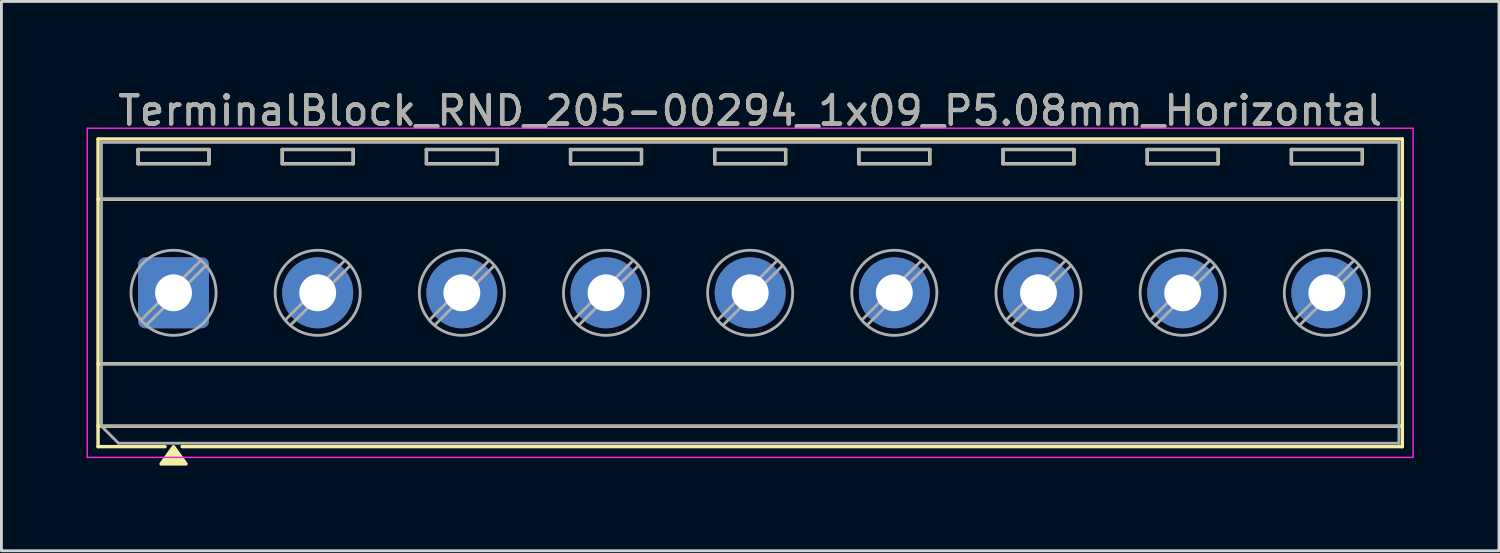
<source format=kicad_pcb>
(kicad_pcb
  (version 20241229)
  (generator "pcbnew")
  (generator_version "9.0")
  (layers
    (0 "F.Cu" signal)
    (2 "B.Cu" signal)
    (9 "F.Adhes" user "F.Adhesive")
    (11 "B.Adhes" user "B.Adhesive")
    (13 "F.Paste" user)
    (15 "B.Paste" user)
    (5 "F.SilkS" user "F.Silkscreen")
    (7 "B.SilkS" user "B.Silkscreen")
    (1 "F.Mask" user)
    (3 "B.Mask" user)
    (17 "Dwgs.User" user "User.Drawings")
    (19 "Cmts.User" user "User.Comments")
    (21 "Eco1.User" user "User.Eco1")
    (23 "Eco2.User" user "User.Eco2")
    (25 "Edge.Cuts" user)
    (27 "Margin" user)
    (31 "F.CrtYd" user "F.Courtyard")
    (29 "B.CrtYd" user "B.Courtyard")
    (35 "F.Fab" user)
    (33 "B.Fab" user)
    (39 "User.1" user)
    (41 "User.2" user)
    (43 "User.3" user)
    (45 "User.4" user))
  (footprint "TerminalBlock_RND_205-00294_1x09_P5.08mm_Horizontal"
    (layer "F.Cu")
    (at 3.065 7.268)
    (property "Reference" "TerminalBlock_RND_205-00294_1x09_P5.08mm_Horizontal" (at 20.32 -6.42 0) (layer "F.SilkS") (effects (font (size 1 1) (thickness 0.15))))
    (attr through_hole)
    (fp_line (start -2.66 -5.42) (end -2.66 5.42) (stroke (width 0.12) (type solid)) (layer "F.SilkS"))
    (fp_line (start -2.66 -5.42) (end 43.3 -5.42) (stroke (width 0.12) (type solid)) (layer "F.SilkS"))
    (fp_line (start -2.66 -3.3) (end 43.3 -3.3) (stroke (width 0.12) (type solid)) (layer "F.SilkS"))
    (fp_line (start -2.66 2.5) (end 43.3 2.5) (stroke (width 0.12) (type solid)) (layer "F.SilkS"))
    (fp_line (start -2.66 4.7) (end 43.3 4.7) (stroke (width 0.12) (type solid)) (layer "F.SilkS"))
    (fp_line (start -2.66 5.42) (end -0.3 5.42) (stroke (width 0.12) (type solid)) (layer "F.SilkS"))
    (fp_line (start -1.25 -5.05) (end -1.25 -4.55) (stroke (width 0.12) (type solid)) (layer "F.SilkS"))
    (fp_line (start -1.25 -5.05) (end 1.25 -5.05) (stroke (width 0.12) (type solid)) (layer "F.SilkS"))
    (fp_line (start -1.25 -4.55) (end 1.25 -4.55) (stroke (width 0.12) (type solid)) (layer "F.SilkS"))
    (fp_line (start 0.3 5.42) (end 43.3 5.42) (stroke (width 0.12) (type solid)) (layer "F.SilkS"))
    (fp_line (start 1.25 -5.05) (end 1.25 -4.55) (stroke (width 0.12) (type solid)) (layer "F.SilkS"))
    (fp_line (start 3.83 -5.05) (end 3.83 -4.55) (stroke (width 0.12) (type solid)) (layer "F.SilkS"))
    (fp_line (start 3.83 -5.05) (end 6.33 -5.05) (stroke (width 0.12) (type solid)) (layer "F.SilkS"))
    (fp_line (start 3.83 -4.55) (end 6.33 -4.55) (stroke (width 0.12) (type solid)) (layer "F.SilkS"))
    (fp_line (start 6.33 -5.05) (end 6.33 -4.55) (stroke (width 0.12) (type solid)) (layer "F.SilkS"))
    (fp_line (start 8.91 -5.05) (end 8.91 -4.55) (stroke (width 0.12) (type solid)) (layer "F.SilkS"))
    (fp_line (start 8.91 -5.05) (end 11.41 -5.05) (stroke (width 0.12) (type solid)) (layer "F.SilkS"))
    (fp_line (start 8.91 -4.55) (end 11.41 -4.55) (stroke (width 0.12) (type solid)) (layer "F.SilkS"))
    (fp_line (start 11.41 -5.05) (end 11.41 -4.55) (stroke (width 0.12) (type solid)) (layer "F.SilkS"))
    (fp_line (start 13.99 -5.05) (end 13.99 -4.55) (stroke (width 0.12) (type solid)) (layer "F.SilkS"))
    (fp_line (start 13.99 -5.05) (end 16.49 -5.05) (stroke (width 0.12) (type solid)) (layer "F.SilkS"))
    (fp_line (start 13.99 -4.55) (end 16.49 -4.55) (stroke (width 0.12) (type solid)) (layer "F.SilkS"))
    (fp_line (start 16.49 -5.05) (end 16.49 -4.55) (stroke (width 0.12) (type solid)) (layer "F.SilkS"))
    (fp_line (start 19.07 -5.05) (end 19.07 -4.55) (stroke (width 0.12) (type solid)) (layer "F.SilkS"))
    (fp_line (start 19.07 -5.05) (end 21.57 -5.05) (stroke (width 0.12) (type solid)) (layer "F.SilkS"))
    (fp_line (start 19.07 -4.55) (end 21.57 -4.55) (stroke (width 0.12) (type solid)) (layer "F.SilkS"))
    (fp_line (start 21.57 -5.05) (end 21.57 -4.55) (stroke (width 0.12) (type solid)) (layer "F.SilkS"))
    (fp_line (start 24.15 -5.05) (end 24.15 -4.55) (stroke (width 0.12) (type solid)) (layer "F.SilkS"))
    (fp_line (start 24.15 -5.05) (end 26.65 -5.05) (stroke (width 0.12) (type solid)) (layer "F.SilkS"))
    (fp_line (start 24.15 -4.55) (end 26.65 -4.55) (stroke (width 0.12) (type solid)) (layer "F.SilkS"))
    (fp_line (start 26.65 -5.05) (end 26.65 -4.55) (stroke (width 0.12) (type solid)) (layer "F.SilkS"))
    (fp_line (start 29.23 -5.05) (end 29.23 -4.55) (stroke (width 0.12) (type solid)) (layer "F.SilkS"))
    (fp_line (start 29.23 -5.05) (end 31.73 -5.05) (stroke (width 0.12) (type solid)) (layer "F.SilkS"))
    (fp_line (start 29.23 -4.55) (end 31.73 -4.55) (stroke (width 0.12) (type solid)) (layer "F.SilkS"))
    (fp_line (start 31.73 -5.05) (end 31.73 -4.55) (stroke (width 0.12) (type solid)) (layer "F.SilkS"))
    (fp_line (start 34.31 -5.05) (end 34.31 -4.55) (stroke (width 0.12) (type solid)) (layer "F.SilkS"))
    (fp_line (start 34.31 -5.05) (end 36.81 -5.05) (stroke (width 0.12) (type solid)) (layer "F.SilkS"))
    (fp_line (start 34.31 -4.55) (end 36.81 -4.55) (stroke (width 0.12) (type solid)) (layer "F.SilkS"))
    (fp_line (start 36.81 -5.05) (end 36.81 -4.55) (stroke (width 0.12) (type solid)) (layer "F.SilkS"))
    (fp_line (start 39.39 -5.05) (end 39.39 -4.55) (stroke (width 0.12) (type solid)) (layer "F.SilkS"))
    (fp_line (start 39.39 -5.05) (end 41.89 -5.05) (stroke (width 0.12) (type solid)) (layer "F.SilkS"))
    (fp_line (start 39.39 -4.55) (end 41.89 -4.55) (stroke (width 0.12) (type solid)) (layer "F.SilkS"))
    (fp_line (start 41.89 -5.05) (end 41.89 -4.55) (stroke (width 0.12) (type solid)) (layer "F.SilkS"))
    (fp_line (start 43.3 -5.42) (end 43.3 5.42) (stroke (width 0.12) (type solid)) (layer "F.SilkS"))
    (fp_poly (pts (xy 0 5.42) (xy 0.44 6.03) (xy -0.44 6.03)) (stroke (width 0.12) (type solid)) (fill yes) (layer "F.SilkS"))
    (fp_line (start -3.04 -5.8) (end -3.04 5.8) (stroke (width 0.05) (type solid)) (layer "F.CrtYd"))
    (fp_line (start -3.04 5.8) (end 43.68 5.8) (stroke (width 0.05) (type solid)) (layer "F.CrtYd"))
    (fp_line (start 43.68 -5.8) (end -3.04 -5.8) (stroke (width 0.05) (type solid)) (layer "F.CrtYd"))
    (fp_line (start 43.68 5.8) (end 43.68 -5.8) (stroke (width 0.05) (type solid)) (layer "F.CrtYd"))
    (fp_line (start -2.54 -5.3) (end 43.18 -5.3) (stroke (width 0.1) (type solid)) (layer "F.Fab"))
    (fp_line (start -2.54 -3.3) (end 43.18 -3.3) (stroke (width 0.1) (type solid)) (layer "F.Fab"))
    (fp_line (start -2.54 2.5) (end 43.18 2.5) (stroke (width 0.1) (type solid)) (layer "F.Fab"))
    (fp_line (start -2.54 4.7) (end -2.54 -5.3) (stroke (width 0.1) (type solid)) (layer "F.Fab"))
    (fp_line (start -2.54 4.7) (end 43.18 4.7) (stroke (width 0.1) (type solid)) (layer "F.Fab"))
    (fp_line (start -1.94 5.3) (end -2.54 4.7) (stroke (width 0.1) (type solid)) (layer "F.Fab"))
    (fp_line (start -1.25 -5.05) (end -1.25 -4.55) (stroke (width 0.1) (type solid)) (layer "F.Fab"))
    (fp_line (start -1.25 -4.55) (end 1.25 -4.55) (stroke (width 0.1) (type solid)) (layer "F.Fab"))
    (fp_line (start 0.955 -1.138) (end -1.138 0.954) (stroke (width 0.1) (type solid)) (layer "F.Fab"))
    (fp_line (start 1.138 -0.954) (end -0.955 1.137) (stroke (width 0.1) (type solid)) (layer "F.Fab"))
    (fp_line (start 1.25 -5.05) (end -1.25 -5.05) (stroke (width 0.1) (type solid)) (layer "F.Fab"))
    (fp_line (start 1.25 -4.55) (end 1.25 -5.05) (stroke (width 0.1) (type solid)) (layer "F.Fab"))
    (fp_line (start 3.83 -5.05) (end 3.83 -4.55) (stroke (width 0.1) (type solid)) (layer "F.Fab"))
    (fp_line (start 3.83 -4.55) (end 6.33 -4.55) (stroke (width 0.1) (type solid)) (layer "F.Fab"))
    (fp_line (start 6.035 -1.138) (end 3.942 0.954) (stroke (width 0.1) (type solid)) (layer "F.Fab"))
    (fp_line (start 6.218 -0.954) (end 4.125 1.137) (stroke (width 0.1) (type solid)) (layer "F.Fab"))
    (fp_line (start 6.33 -5.05) (end 3.83 -5.05) (stroke (width 0.1) (type solid)) (layer "F.Fab"))
    (fp_line (start 6.33 -4.55) (end 6.33 -5.05) (stroke (width 0.1) (type solid)) (layer "F.Fab"))
    (fp_line (start 8.91 -5.05) (end 8.91 -4.55) (stroke (width 0.1) (type solid)) (layer "F.Fab"))
    (fp_line (start 8.91 -4.55) (end 11.41 -4.55) (stroke (width 0.1) (type solid)) (layer "F.Fab"))
    (fp_line (start 11.115 -1.138) (end 9.022 0.954) (stroke (width 0.1) (type solid)) (layer "F.Fab"))
    (fp_line (start 11.298 -0.954) (end 9.205 1.137) (stroke (width 0.1) (type solid)) (layer "F.Fab"))
    (fp_line (start 11.41 -5.05) (end 8.91 -5.05) (stroke (width 0.1) (type solid)) (layer "F.Fab"))
    (fp_line (start 11.41 -4.55) (end 11.41 -5.05) (stroke (width 0.1) (type solid)) (layer "F.Fab"))
    (fp_line (start 13.99 -5.05) (end 13.99 -4.55) (stroke (width 0.1) (type solid)) (layer "F.Fab"))
    (fp_line (start 13.99 -4.55) (end 16.49 -4.55) (stroke (width 0.1) (type solid)) (layer "F.Fab"))
    (fp_line (start 16.195 -1.138) (end 14.102 0.954) (stroke (width 0.1) (type solid)) (layer "F.Fab"))
    (fp_line (start 16.378 -0.954) (end 14.285 1.137) (stroke (width 0.1) (type solid)) (layer "F.Fab"))
    (fp_line (start 16.49 -5.05) (end 13.99 -5.05) (stroke (width 0.1) (type solid)) (layer "F.Fab"))
    (fp_line (start 16.49 -4.55) (end 16.49 -5.05) (stroke (width 0.1) (type solid)) (layer "F.Fab"))
    (fp_line (start 19.07 -5.05) (end 19.07 -4.55) (stroke (width 0.1) (type solid)) (layer "F.Fab"))
    (fp_line (start 19.07 -4.55) (end 21.57 -4.55) (stroke (width 0.1) (type solid)) (layer "F.Fab"))
    (fp_line (start 21.275 -1.138) (end 19.182 0.954) (stroke (width 0.1) (type solid)) (layer "F.Fab"))
    (fp_line (start 21.458 -0.954) (end 19.365 1.137) (stroke (width 0.1) (type solid)) (layer "F.Fab"))
    (fp_line (start 21.57 -5.05) (end 19.07 -5.05) (stroke (width 0.1) (type solid)) (layer "F.Fab"))
    (fp_line (start 21.57 -4.55) (end 21.57 -5.05) (stroke (width 0.1) (type solid)) (layer "F.Fab"))
    (fp_line (start 24.15 -5.05) (end 24.15 -4.55) (stroke (width 0.1) (type solid)) (layer "F.Fab"))
    (fp_line (start 24.15 -4.55) (end 26.65 -4.55) (stroke (width 0.1) (type solid)) (layer "F.Fab"))
    (fp_line (start 26.355 -1.138) (end 24.262 0.954) (stroke (width 0.1) (type solid)) (layer "F.Fab"))
    (fp_line (start 26.538 -0.954) (end 24.445 1.137) (stroke (width 0.1) (type solid)) (layer "F.Fab"))
    (fp_line (start 26.65 -5.05) (end 24.15 -5.05) (stroke (width 0.1) (type solid)) (layer "F.Fab"))
    (fp_line (start 26.65 -4.55) (end 26.65 -5.05) (stroke (width 0.1) (type solid)) (layer "F.Fab"))
    (fp_line (start 29.23 -5.05) (end 29.23 -4.55) (stroke (width 0.1) (type solid)) (layer "F.Fab"))
    (fp_line (start 29.23 -4.55) (end 31.73 -4.55) (stroke (width 0.1) (type solid)) (layer "F.Fab"))
    (fp_line (start 31.435 -1.138) (end 29.342 0.954) (stroke (width 0.1) (type solid)) (layer "F.Fab"))
    (fp_line (start 31.618 -0.954) (end 29.525 1.137) (stroke (width 0.1) (type solid)) (layer "F.Fab"))
    (fp_line (start 31.73 -5.05) (end 29.23 -5.05) (stroke (width 0.1) (type solid)) (layer "F.Fab"))
    (fp_line (start 31.73 -4.55) (end 31.73 -5.05) (stroke (width 0.1) (type solid)) (layer "F.Fab"))
    (fp_line (start 34.31 -5.05) (end 34.31 -4.55) (stroke (width 0.1) (type solid)) (layer "F.Fab"))
    (fp_line (start 34.31 -4.55) (end 36.81 -4.55) (stroke (width 0.1) (type solid)) (layer "F.Fab"))
    (fp_line (start 36.515 -1.138) (end 34.422 0.954) (stroke (width 0.1) (type solid)) (layer "F.Fab"))
    (fp_line (start 36.698 -0.954) (end 34.605 1.137) (stroke (width 0.1) (type solid)) (layer "F.Fab"))
    (fp_line (start 36.81 -5.05) (end 34.31 -5.05) (stroke (width 0.1) (type solid)) (layer "F.Fab"))
    (fp_line (start 36.81 -4.55) (end 36.81 -5.05) (stroke (width 0.1) (type solid)) (layer "F.Fab"))
    (fp_line (start 39.39 -5.05) (end 39.39 -4.55) (stroke (width 0.1) (type solid)) (layer "F.Fab"))
    (fp_line (start 39.39 -4.55) (end 41.89 -4.55) (stroke (width 0.1) (type solid)) (layer "F.Fab"))
    (fp_line (start 41.595 -1.138) (end 39.502 0.954) (stroke (width 0.1) (type solid)) (layer "F.Fab"))
    (fp_line (start 41.778 -0.954) (end 39.685 1.137) (stroke (width 0.1) (type solid)) (layer "F.Fab"))
    (fp_line (start 41.89 -5.05) (end 39.39 -5.05) (stroke (width 0.1) (type solid)) (layer "F.Fab"))
    (fp_line (start 41.89 -4.55) (end 41.89 -5.05) (stroke (width 0.1) (type solid)) (layer "F.Fab"))
    (fp_line (start 43.18 -5.3) (end 43.18 5.3) (stroke (width 0.1) (type solid)) (layer "F.Fab"))
    (fp_line (start 43.18 5.3) (end -1.94 5.3) (stroke (width 0.1) (type solid)) (layer "F.Fab"))
    (fp_circle (center 0 0) (end 1.5 0) (stroke (width 0.1) (type solid)) (fill no) (layer "F.Fab"))
    (fp_circle (center 5.08 0) (end 6.58 0) (stroke (width 0.1) (type solid)) (fill no) (layer "F.Fab"))
    (fp_circle (center 10.16 0) (end 11.66 0) (stroke (width 0.1) (type solid)) (fill no) (layer "F.Fab"))
    (fp_circle (center 15.24 0) (end 16.74 0) (stroke (width 0.1) (type solid)) (fill no) (layer "F.Fab"))
    (fp_circle (center 20.32 0) (end 21.82 0) (stroke (width 0.1) (type solid)) (fill no) (layer "F.Fab"))
    (fp_circle (center 25.4 0) (end 26.9 0) (stroke (width 0.1) (type solid)) (fill no) (layer "F.Fab"))
    (fp_circle (center 30.48 0) (end 31.98 0) (stroke (width 0.1) (type solid)) (fill no) (layer "F.Fab"))
    (fp_circle (center 35.56 0) (end 37.06 0) (stroke (width 0.1) (type solid)) (fill no) (layer "F.Fab"))
    (fp_circle (center 40.64 0) (end 42.14 0) (stroke (width 0.1) (type solid)) (fill no) (layer "F.Fab"))
    (fp_text user "${REFERENCE}" (at 20.32 -6.42 0) (layer "F.Fab") (effects (font (size 1 1) (thickness 0.15))))
    (pad "1" thru_hole roundrect (at 0 0) (size 2.5 2.5) (drill 1.3) (layers "*.Cu" "*.Mask") (roundrect_rratio 0.1))
    (pad "2" thru_hole circle (at 5.08 0) (size 2.5 2.5) (drill 1.3) (layers "*.Cu" "*.Mask"))
    (pad "3" thru_hole circle (at 10.16 0) (size 2.5 2.5) (drill 1.3) (layers "*.Cu" "*.Mask"))
    (pad "4" thru_hole circle (at 15.24 0) (size 2.5 2.5) (drill 1.3) (layers "*.Cu" "*.Mask"))
    (pad "5" thru_hole circle (at 20.32 0) (size 2.5 2.5) (drill 1.3) (layers "*.Cu" "*.Mask"))
    (pad "6" thru_hole circle (at 25.4 0) (size 2.5 2.5) (drill 1.3) (layers "*.Cu" "*.Mask"))
    (pad "7" thru_hole circle (at 30.48 0) (size 2.5 2.5) (drill 1.3) (layers "*.Cu" "*.Mask"))
    (pad "8" thru_hole circle (at 35.56 0) (size 2.5 2.5) (drill 1.3) (layers "*.Cu" "*.Mask"))
    (pad "9" thru_hole circle (at 40.64 0) (size 2.5 2.5) (drill 1.3) (layers "*.Cu" "*.Mask")))
  (gr_rect
    (start -3 -3)
    (end 49.77 16.358)
    (stroke (width 0.1) (type default))
    (fill no)
    (layer "Edge.Cuts")))
</source>
